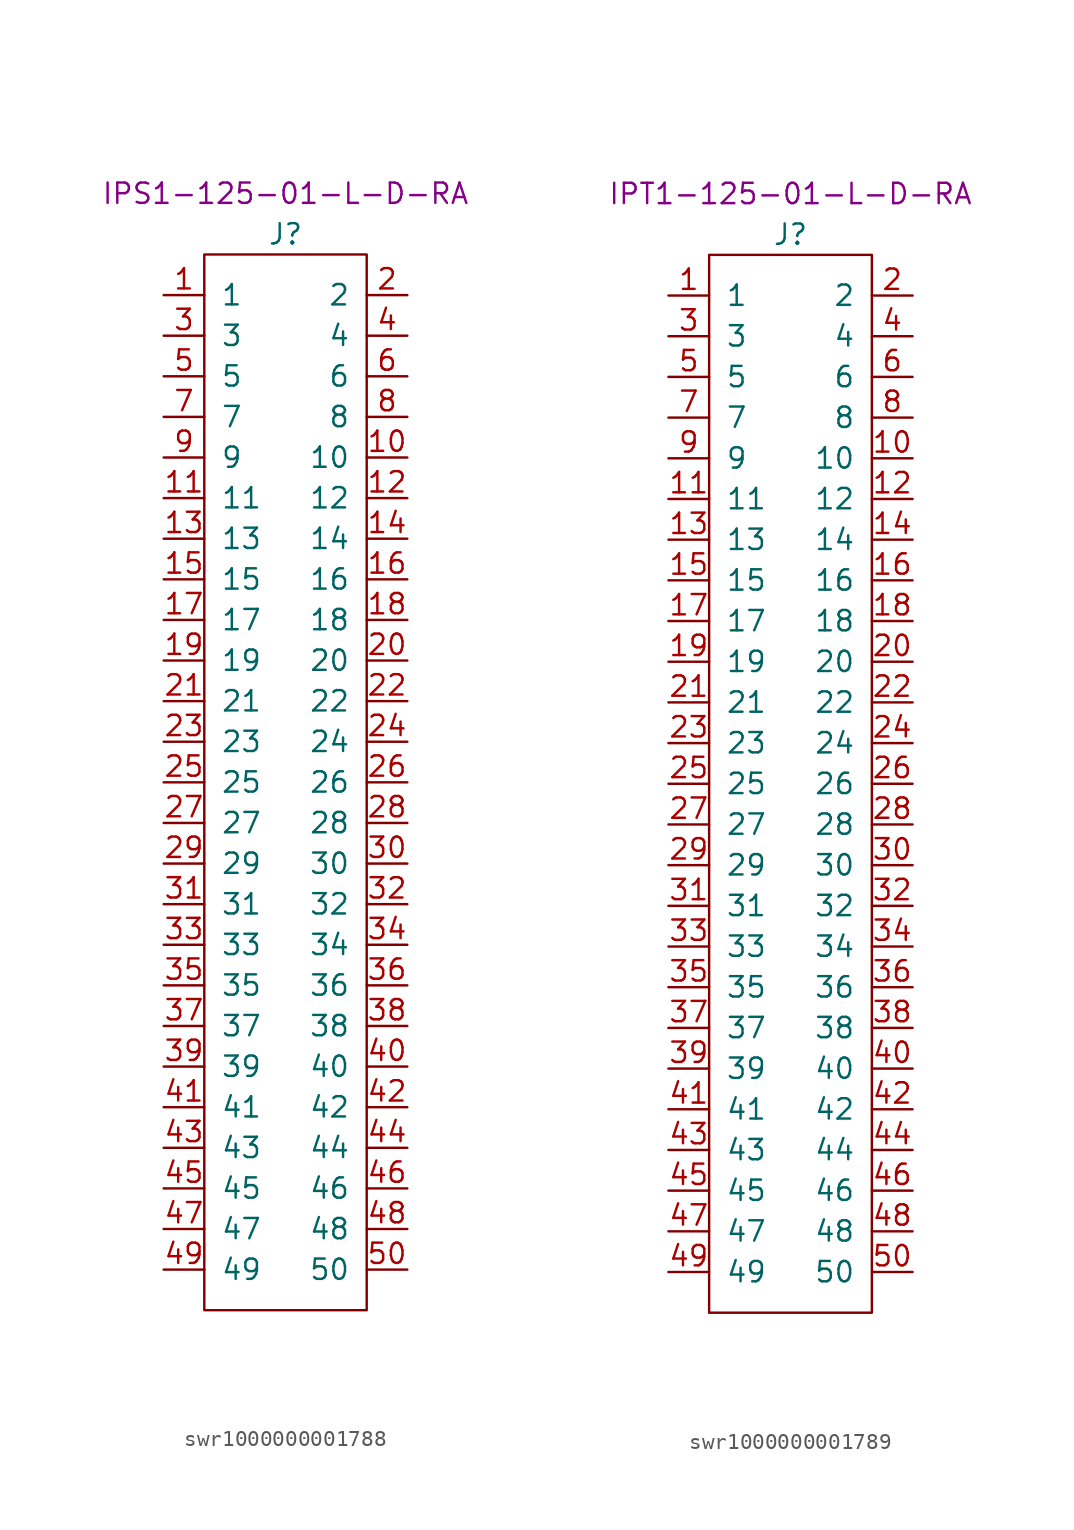
<source format=kicad_sym>
(kicad_symbol_lib
  (version 20220914)
  (generator kicad_symbol_editor)
  (symbol "swr1000000001788"
    (pin_names
      (offset 1.016))
    (property "Reference" "J"
      (at 0 1.27 0)
      (effects (font (size 1.27 1.27))))
    (property "PartValue" "IPS1-125-01-L-D-RA"
      (at 0 3.81 0)
      (effects (font (size 1.27 1.27))))
    (symbol "swr1000000001788_0_1"
      (rectangle (start -5.08 0) (end 5.08 -66.04) (stroke (width 0) (type default)) (fill (type none))))
    (symbol "swr1000000001788_1_1"
      (pin passive line (at -7.62 -2.54 0) (length 2.54) (name "1" (effects (font (size 1.27 1.27)))) (number "1" (effects (font (size 1.27 1.27)))))
      (pin passive line (at 7.62 -12.7 180) (length 2.54) (name "10" (effects (font (size 1.27 1.27)))) (number "10" (effects (font (size 1.27 1.27)))))
      (pin passive line (at -7.62 -15.24 0) (length 2.54) (name "11" (effects (font (size 1.27 1.27)))) (number "11" (effects (font (size 1.27 1.27)))))
      (pin passive line (at 7.62 -15.24 180) (length 2.54) (name "12" (effects (font (size 1.27 1.27)))) (number "12" (effects (font (size 1.27 1.27)))))
      (pin passive line (at -7.62 -17.78 0) (length 2.54) (name "13" (effects (font (size 1.27 1.27)))) (number "13" (effects (font (size 1.27 1.27)))))
      (pin passive line (at 7.62 -17.78 180) (length 2.54) (name "14" (effects (font (size 1.27 1.27)))) (number "14" (effects (font (size 1.27 1.27)))))
      (pin passive line (at -7.62 -20.32 0) (length 2.54) (name "15" (effects (font (size 1.27 1.27)))) (number "15" (effects (font (size 1.27 1.27)))))
      (pin passive line (at 7.62 -20.32 180) (length 2.54) (name "16" (effects (font (size 1.27 1.27)))) (number "16" (effects (font (size 1.27 1.27)))))
      (pin passive line (at -7.62 -22.86 0) (length 2.54) (name "17" (effects (font (size 1.27 1.27)))) (number "17" (effects (font (size 1.27 1.27)))))
      (pin passive line (at 7.62 -22.86 180) (length 2.54) (name "18" (effects (font (size 1.27 1.27)))) (number "18" (effects (font (size 1.27 1.27)))))
      (pin passive line (at -7.62 -25.4 0) (length 2.54) (name "19" (effects (font (size 1.27 1.27)))) (number "19" (effects (font (size 1.27 1.27)))))
      (pin passive line (at 7.62 -2.54 180) (length 2.54) (name "2" (effects (font (size 1.27 1.27)))) (number "2" (effects (font (size 1.27 1.27)))))
      (pin passive line (at 7.62 -25.4 180) (length 2.54) (name "20" (effects (font (size 1.27 1.27)))) (number "20" (effects (font (size 1.27 1.27)))))
      (pin passive line (at -7.62 -27.94 0) (length 2.54) (name "21" (effects (font (size 1.27 1.27)))) (number "21" (effects (font (size 1.27 1.27)))))
      (pin passive line (at 7.62 -27.94 180) (length 2.54) (name "22" (effects (font (size 1.27 1.27)))) (number "22" (effects (font (size 1.27 1.27)))))
      (pin passive line (at -7.62 -30.48 0) (length 2.54) (name "23" (effects (font (size 1.27 1.27)))) (number "23" (effects (font (size 1.27 1.27)))))
      (pin passive line (at 7.62 -30.48 180) (length 2.54) (name "24" (effects (font (size 1.27 1.27)))) (number "24" (effects (font (size 1.27 1.27)))))
      (pin passive line (at -7.62 -33.02 0) (length 2.54) (name "25" (effects (font (size 1.27 1.27)))) (number "25" (effects (font (size 1.27 1.27)))))
      (pin passive line (at 7.62 -33.02 180) (length 2.54) (name "26" (effects (font (size 1.27 1.27)))) (number "26" (effects (font (size 1.27 1.27)))))
      (pin passive line (at -7.62 -35.56 0) (length 2.54) (name "27" (effects (font (size 1.27 1.27)))) (number "27" (effects (font (size 1.27 1.27)))))
      (pin passive line (at 7.62 -35.56 180) (length 2.54) (name "28" (effects (font (size 1.27 1.27)))) (number "28" (effects (font (size 1.27 1.27)))))
      (pin passive line (at -7.62 -38.1 0) (length 2.54) (name "29" (effects (font (size 1.27 1.27)))) (number "29" (effects (font (size 1.27 1.27)))))
      (pin passive line (at -7.62 -5.08 0) (length 2.54) (name "3" (effects (font (size 1.27 1.27)))) (number "3" (effects (font (size 1.27 1.27)))))
      (pin passive line (at 7.62 -38.1 180) (length 2.54) (name "30" (effects (font (size 1.27 1.27)))) (number "30" (effects (font (size 1.27 1.27)))))
      (pin passive line (at -7.62 -40.64 0) (length 2.54) (name "31" (effects (font (size 1.27 1.27)))) (number "31" (effects (font (size 1.27 1.27)))))
      (pin passive line (at 7.62 -40.64 180) (length 2.54) (name "32" (effects (font (size 1.27 1.27)))) (number "32" (effects (font (size 1.27 1.27)))))
      (pin passive line (at -7.62 -43.18 0) (length 2.54) (name "33" (effects (font (size 1.27 1.27)))) (number "33" (effects (font (size 1.27 1.27)))))
      (pin passive line (at 7.62 -43.18 180) (length 2.54) (name "34" (effects (font (size 1.27 1.27)))) (number "34" (effects (font (size 1.27 1.27)))))
      (pin passive line (at -7.62 -45.72 0) (length 2.54) (name "35" (effects (font (size 1.27 1.27)))) (number "35" (effects (font (size 1.27 1.27)))))
      (pin passive line (at 7.62 -45.72 180) (length 2.54) (name "36" (effects (font (size 1.27 1.27)))) (number "36" (effects (font (size 1.27 1.27)))))
      (pin passive line (at -7.62 -48.26 0) (length 2.54) (name "37" (effects (font (size 1.27 1.27)))) (number "37" (effects (font (size 1.27 1.27)))))
      (pin passive line (at 7.62 -48.26 180) (length 2.54) (name "38" (effects (font (size 1.27 1.27)))) (number "38" (effects (font (size 1.27 1.27)))))
      (pin passive line (at -7.62 -50.8 0) (length 2.54) (name "39" (effects (font (size 1.27 1.27)))) (number "39" (effects (font (size 1.27 1.27)))))
      (pin passive line (at 7.62 -5.08 180) (length 2.54) (name "4" (effects (font (size 1.27 1.27)))) (number "4" (effects (font (size 1.27 1.27)))))
      (pin passive line (at 7.62 -50.8 180) (length 2.54) (name "40" (effects (font (size 1.27 1.27)))) (number "40" (effects (font (size 1.27 1.27)))))
      (pin passive line (at -7.62 -53.34 0) (length 2.54) (name "41" (effects (font (size 1.27 1.27)))) (number "41" (effects (font (size 1.27 1.27)))))
      (pin passive line (at 7.62 -53.34 180) (length 2.54) (name "42" (effects (font (size 1.27 1.27)))) (number "42" (effects (font (size 1.27 1.27)))))
      (pin passive line (at -7.62 -55.88 0) (length 2.54) (name "43" (effects (font (size 1.27 1.27)))) (number "43" (effects (font (size 1.27 1.27)))))
      (pin passive line (at 7.62 -55.88 180) (length 2.54) (name "44" (effects (font (size 1.27 1.27)))) (number "44" (effects (font (size 1.27 1.27)))))
      (pin passive line (at -7.62 -58.42 0) (length 2.54) (name "45" (effects (font (size 1.27 1.27)))) (number "45" (effects (font (size 1.27 1.27)))))
      (pin passive line (at 7.62 -58.42 180) (length 2.54) (name "46" (effects (font (size 1.27 1.27)))) (number "46" (effects (font (size 1.27 1.27)))))
      (pin passive line (at -7.62 -60.96 0) (length 2.54) (name "47" (effects (font (size 1.27 1.27)))) (number "47" (effects (font (size 1.27 1.27)))))
      (pin passive line (at 7.62 -60.96 180) (length 2.54) (name "48" (effects (font (size 1.27 1.27)))) (number "48" (effects (font (size 1.27 1.27)))))
      (pin passive line (at -7.62 -63.5 0) (length 2.54) (name "49" (effects (font (size 1.27 1.27)))) (number "49" (effects (font (size 1.27 1.27)))))
      (pin passive line (at -7.62 -7.62 0) (length 2.54) (name "5" (effects (font (size 1.27 1.27)))) (number "5" (effects (font (size 1.27 1.27)))))
      (pin passive line (at 7.62 -63.5 180) (length 2.54) (name "50" (effects (font (size 1.27 1.27)))) (number "50" (effects (font (size 1.27 1.27)))))
      (pin passive line (at 7.62 -7.62 180) (length 2.54) (name "6" (effects (font (size 1.27 1.27)))) (number "6" (effects (font (size 1.27 1.27)))))
      (pin passive line (at -7.62 -10.16 0) (length 2.54) (name "7" (effects (font (size 1.27 1.27)))) (number "7" (effects (font (size 1.27 1.27)))))
      (pin passive line (at 7.62 -10.16 180) (length 2.54) (name "8" (effects (font (size 1.27 1.27)))) (number "8" (effects (font (size 1.27 1.27)))))
      (pin passive line (at -7.62 -12.7 0) (length 2.54) (name "9" (effects (font (size 1.27 1.27)))) (number "9" (effects (font (size 1.27 1.27)))))))
  (symbol "swr1000000001789"
    (pin_names
      (offset 1.016))
    (property "Reference" "J"
      (at 0 1.27 0)
      (effects (font (size 1.27 1.27))))
    (property "PartValue" "IPT1-125-01-L-D-RA"
      (at 0 3.81 0)
      (effects (font (size 1.27 1.27))))
    (symbol "swr1000000001789_0_1"
      (rectangle (start -5.08 0) (end 5.08 -66.04) (stroke (width 0) (type default)) (fill (type none))))
    (symbol "swr1000000001789_1_1"
      (pin passive line (at -7.62 -2.54 0) (length 2.54) (name "1" (effects (font (size 1.27 1.27)))) (number "1" (effects (font (size 1.27 1.27)))))
      (pin passive line (at 7.62 -12.7 180) (length 2.54) (name "10" (effects (font (size 1.27 1.27)))) (number "10" (effects (font (size 1.27 1.27)))))
      (pin passive line (at -7.62 -15.24 0) (length 2.54) (name "11" (effects (font (size 1.27 1.27)))) (number "11" (effects (font (size 1.27 1.27)))))
      (pin passive line (at 7.62 -15.24 180) (length 2.54) (name "12" (effects (font (size 1.27 1.27)))) (number "12" (effects (font (size 1.27 1.27)))))
      (pin passive line (at -7.62 -17.78 0) (length 2.54) (name "13" (effects (font (size 1.27 1.27)))) (number "13" (effects (font (size 1.27 1.27)))))
      (pin passive line (at 7.62 -17.78 180) (length 2.54) (name "14" (effects (font (size 1.27 1.27)))) (number "14" (effects (font (size 1.27 1.27)))))
      (pin passive line (at -7.62 -20.32 0) (length 2.54) (name "15" (effects (font (size 1.27 1.27)))) (number "15" (effects (font (size 1.27 1.27)))))
      (pin passive line (at 7.62 -20.32 180) (length 2.54) (name "16" (effects (font (size 1.27 1.27)))) (number "16" (effects (font (size 1.27 1.27)))))
      (pin passive line (at -7.62 -22.86 0) (length 2.54) (name "17" (effects (font (size 1.27 1.27)))) (number "17" (effects (font (size 1.27 1.27)))))
      (pin passive line (at 7.62 -22.86 180) (length 2.54) (name "18" (effects (font (size 1.27 1.27)))) (number "18" (effects (font (size 1.27 1.27)))))
      (pin passive line (at -7.62 -25.4 0) (length 2.54) (name "19" (effects (font (size 1.27 1.27)))) (number "19" (effects (font (size 1.27 1.27)))))
      (pin passive line (at 7.62 -2.54 180) (length 2.54) (name "2" (effects (font (size 1.27 1.27)))) (number "2" (effects (font (size 1.27 1.27)))))
      (pin passive line (at 7.62 -25.4 180) (length 2.54) (name "20" (effects (font (size 1.27 1.27)))) (number "20" (effects (font (size 1.27 1.27)))))
      (pin passive line (at -7.62 -27.94 0) (length 2.54) (name "21" (effects (font (size 1.27 1.27)))) (number "21" (effects (font (size 1.27 1.27)))))
      (pin passive line (at 7.62 -27.94 180) (length 2.54) (name "22" (effects (font (size 1.27 1.27)))) (number "22" (effects (font (size 1.27 1.27)))))
      (pin passive line (at -7.62 -30.48 0) (length 2.54) (name "23" (effects (font (size 1.27 1.27)))) (number "23" (effects (font (size 1.27 1.27)))))
      (pin passive line (at 7.62 -30.48 180) (length 2.54) (name "24" (effects (font (size 1.27 1.27)))) (number "24" (effects (font (size 1.27 1.27)))))
      (pin passive line (at -7.62 -33.02 0) (length 2.54) (name "25" (effects (font (size 1.27 1.27)))) (number "25" (effects (font (size 1.27 1.27)))))
      (pin passive line (at 7.62 -33.02 180) (length 2.54) (name "26" (effects (font (size 1.27 1.27)))) (number "26" (effects (font (size 1.27 1.27)))))
      (pin passive line (at -7.62 -35.56 0) (length 2.54) (name "27" (effects (font (size 1.27 1.27)))) (number "27" (effects (font (size 1.27 1.27)))))
      (pin passive line (at 7.62 -35.56 180) (length 2.54) (name "28" (effects (font (size 1.27 1.27)))) (number "28" (effects (font (size 1.27 1.27)))))
      (pin passive line (at -7.62 -38.1 0) (length 2.54) (name "29" (effects (font (size 1.27 1.27)))) (number "29" (effects (font (size 1.27 1.27)))))
      (pin passive line (at -7.62 -5.08 0) (length 2.54) (name "3" (effects (font (size 1.27 1.27)))) (number "3" (effects (font (size 1.27 1.27)))))
      (pin passive line (at 7.62 -38.1 180) (length 2.54) (name "30" (effects (font (size 1.27 1.27)))) (number "30" (effects (font (size 1.27 1.27)))))
      (pin passive line (at -7.62 -40.64 0) (length 2.54) (name "31" (effects (font (size 1.27 1.27)))) (number "31" (effects (font (size 1.27 1.27)))))
      (pin passive line (at 7.62 -40.64 180) (length 2.54) (name "32" (effects (font (size 1.27 1.27)))) (number "32" (effects (font (size 1.27 1.27)))))
      (pin passive line (at -7.62 -43.18 0) (length 2.54) (name "33" (effects (font (size 1.27 1.27)))) (number "33" (effects (font (size 1.27 1.27)))))
      (pin passive line (at 7.62 -43.18 180) (length 2.54) (name "34" (effects (font (size 1.27 1.27)))) (number "34" (effects (font (size 1.27 1.27)))))
      (pin passive line (at -7.62 -45.72 0) (length 2.54) (name "35" (effects (font (size 1.27 1.27)))) (number "35" (effects (font (size 1.27 1.27)))))
      (pin passive line (at 7.62 -45.72 180) (length 2.54) (name "36" (effects (font (size 1.27 1.27)))) (number "36" (effects (font (size 1.27 1.27)))))
      (pin passive line (at -7.62 -48.26 0) (length 2.54) (name "37" (effects (font (size 1.27 1.27)))) (number "37" (effects (font (size 1.27 1.27)))))
      (pin passive line (at 7.62 -48.26 180) (length 2.54) (name "38" (effects (font (size 1.27 1.27)))) (number "38" (effects (font (size 1.27 1.27)))))
      (pin passive line (at -7.62 -50.8 0) (length 2.54) (name "39" (effects (font (size 1.27 1.27)))) (number "39" (effects (font (size 1.27 1.27)))))
      (pin passive line (at 7.62 -5.08 180) (length 2.54) (name "4" (effects (font (size 1.27 1.27)))) (number "4" (effects (font (size 1.27 1.27)))))
      (pin passive line (at 7.62 -50.8 180) (length 2.54) (name "40" (effects (font (size 1.27 1.27)))) (number "40" (effects (font (size 1.27 1.27)))))
      (pin passive line (at -7.62 -53.34 0) (length 2.54) (name "41" (effects (font (size 1.27 1.27)))) (number "41" (effects (font (size 1.27 1.27)))))
      (pin passive line (at 7.62 -53.34 180) (length 2.54) (name "42" (effects (font (size 1.27 1.27)))) (number "42" (effects (font (size 1.27 1.27)))))
      (pin passive line (at -7.62 -55.88 0) (length 2.54) (name "43" (effects (font (size 1.27 1.27)))) (number "43" (effects (font (size 1.27 1.27)))))
      (pin passive line (at 7.62 -55.88 180) (length 2.54) (name "44" (effects (font (size 1.27 1.27)))) (number "44" (effects (font (size 1.27 1.27)))))
      (pin passive line (at -7.62 -58.42 0) (length 2.54) (name "45" (effects (font (size 1.27 1.27)))) (number "45" (effects (font (size 1.27 1.27)))))
      (pin passive line (at 7.62 -58.42 180) (length 2.54) (name "46" (effects (font (size 1.27 1.27)))) (number "46" (effects (font (size 1.27 1.27)))))
      (pin passive line (at -7.62 -60.96 0) (length 2.54) (name "47" (effects (font (size 1.27 1.27)))) (number "47" (effects (font (size 1.27 1.27)))))
      (pin passive line (at 7.62 -60.96 180) (length 2.54) (name "48" (effects (font (size 1.27 1.27)))) (number "48" (effects (font (size 1.27 1.27)))))
      (pin passive line (at -7.62 -63.5 0) (length 2.54) (name "49" (effects (font (size 1.27 1.27)))) (number "49" (effects (font (size 1.27 1.27)))))
      (pin passive line (at -7.62 -7.62 0) (length 2.54) (name "5" (effects (font (size 1.27 1.27)))) (number "5" (effects (font (size 1.27 1.27)))))
      (pin passive line (at 7.62 -63.5 180) (length 2.54) (name "50" (effects (font (size 1.27 1.27)))) (number "50" (effects (font (size 1.27 1.27)))))
      (pin passive line (at 7.62 -7.62 180) (length 2.54) (name "6" (effects (font (size 1.27 1.27)))) (number "6" (effects (font (size 1.27 1.27)))))
      (pin passive line (at -7.62 -10.16 0) (length 2.54) (name "7" (effects (font (size 1.27 1.27)))) (number "7" (effects (font (size 1.27 1.27)))))
      (pin passive line (at 7.62 -10.16 180) (length 2.54) (name "8" (effects (font (size 1.27 1.27)))) (number "8" (effects (font (size 1.27 1.27)))))
      (pin passive line (at -7.62 -12.7 0) (length 2.54) (name "9" (effects (font (size 1.27 1.27)))) (number "9" (effects (font (size 1.27 1.27))))))))
</source>
